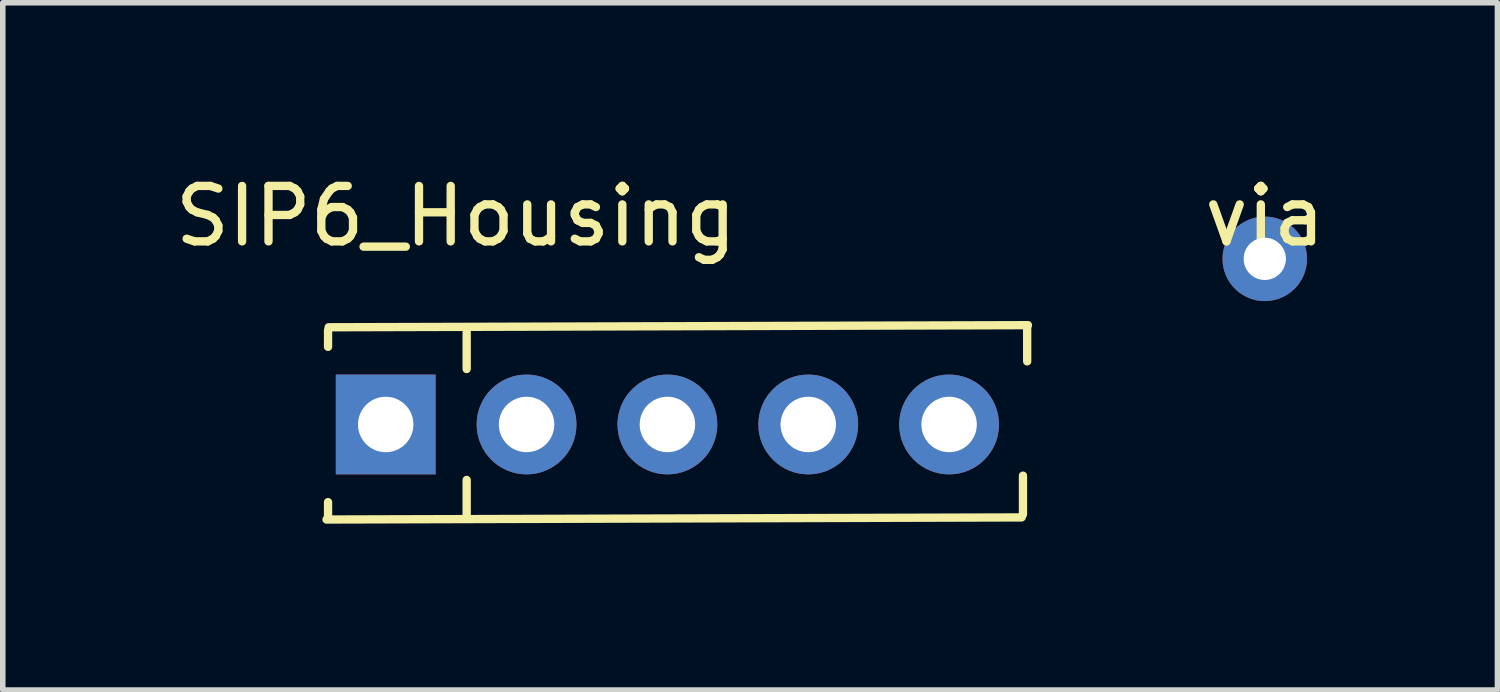
<source format=kicad_pcb>
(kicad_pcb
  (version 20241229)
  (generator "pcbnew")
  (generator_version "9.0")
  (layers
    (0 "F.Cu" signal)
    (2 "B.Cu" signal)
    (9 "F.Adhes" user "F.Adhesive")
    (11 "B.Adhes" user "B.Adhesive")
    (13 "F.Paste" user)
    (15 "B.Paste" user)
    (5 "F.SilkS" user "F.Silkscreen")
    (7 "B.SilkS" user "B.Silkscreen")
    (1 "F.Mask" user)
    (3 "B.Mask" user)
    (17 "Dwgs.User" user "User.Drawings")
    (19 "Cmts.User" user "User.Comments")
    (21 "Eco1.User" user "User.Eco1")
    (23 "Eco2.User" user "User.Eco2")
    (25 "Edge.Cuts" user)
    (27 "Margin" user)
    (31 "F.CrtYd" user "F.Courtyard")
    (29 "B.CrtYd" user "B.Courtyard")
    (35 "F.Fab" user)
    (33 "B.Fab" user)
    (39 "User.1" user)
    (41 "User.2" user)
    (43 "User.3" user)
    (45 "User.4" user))
  (footprint "SIP6_Housing"
    (layer "F.Cu")
    (at 3.903 4.658)
    (property "Reference" "SIP6_Housing" (at 1.27 -3.81 0) (layer "F.SilkS") (effects (font (size 1 1) (thickness 0.15))))
    (attr through_hole)
    (fp_line (start -1.064 1.661) (end 11.471 1.623) (stroke (width 0.15) (type solid)) (layer "F.SilkS"))
    (fp_line (start -1.037 -1.753) (end -1.037 -1.453) (stroke (width 0.15) (type solid)) (layer "F.SilkS"))
    (fp_line (start -1.037 1.647) (end -1.037 1.347) (stroke (width 0.15) (type solid)) (layer "F.SilkS"))
    (fp_line (start -1.026 -1.806) (end 11.585 -1.844) (stroke (width 0.15) (type solid)) (layer "F.SilkS"))
    (fp_line (start 1.463 -1.753) (end 1.463 -1.053) (stroke (width 0.15) (type solid)) (layer "F.SilkS"))
    (fp_line (start 1.463 1.647) (end 1.463 0.947) (stroke (width 0.15) (type solid)) (layer "F.SilkS"))
    (fp_line (start 11.495 1.57) (end 11.495 0.87) (stroke (width 0.15) (type solid)) (layer "F.SilkS"))
    (fp_line (start 11.571 -1.791) (end 11.571 -1.191) (stroke (width 0.15) (type solid)) (layer "F.SilkS"))
    (pad "1" thru_hole rect (at 0.003 -0.053 90) (size 1.8 1.8) (drill 1) (layers "*.Cu" "*.Mask"))
    (pad "2" thru_hole circle (at 2.543 -0.053 90) (size 1.8 1.8) (drill 1) (layers "*.Cu" "*.Mask"))
    (pad "3" thru_hole circle (at 5.083 -0.053 90) (size 1.8 1.8) (drill 1) (layers "*.Cu" "*.Mask"))
    (pad "4" thru_hole circle (at 7.623 -0.053 90) (size 1.8 1.8) (drill 1) (layers "*.Cu" "*.Mask"))
    (pad "5" thru_hole circle (at 10.163 -0.053 90) (size 1.8 1.8) (drill 1) (layers "*.Cu" "*.Mask")))
  (footprint "via"
    (layer "F.Cu")
    (at 19.759 0.348)
    (property "Reference" "via" (at 0 0.5 0) (layer "F.SilkS") (effects (font (size 1 1) (thickness 0.15))))
    (attr through_hole)
    (pad "1" thru_hole circle (at 0 1.27) (size 1.524 1.524) (drill 0.762) (layers "*.Cu" "*.Mask")))
  (gr_rect
    (start -3 -3)
    (end 23.955 9.394)
    (stroke (width 0.1) (type default))
    (fill no)
    (layer "Edge.Cuts")))
</source>
